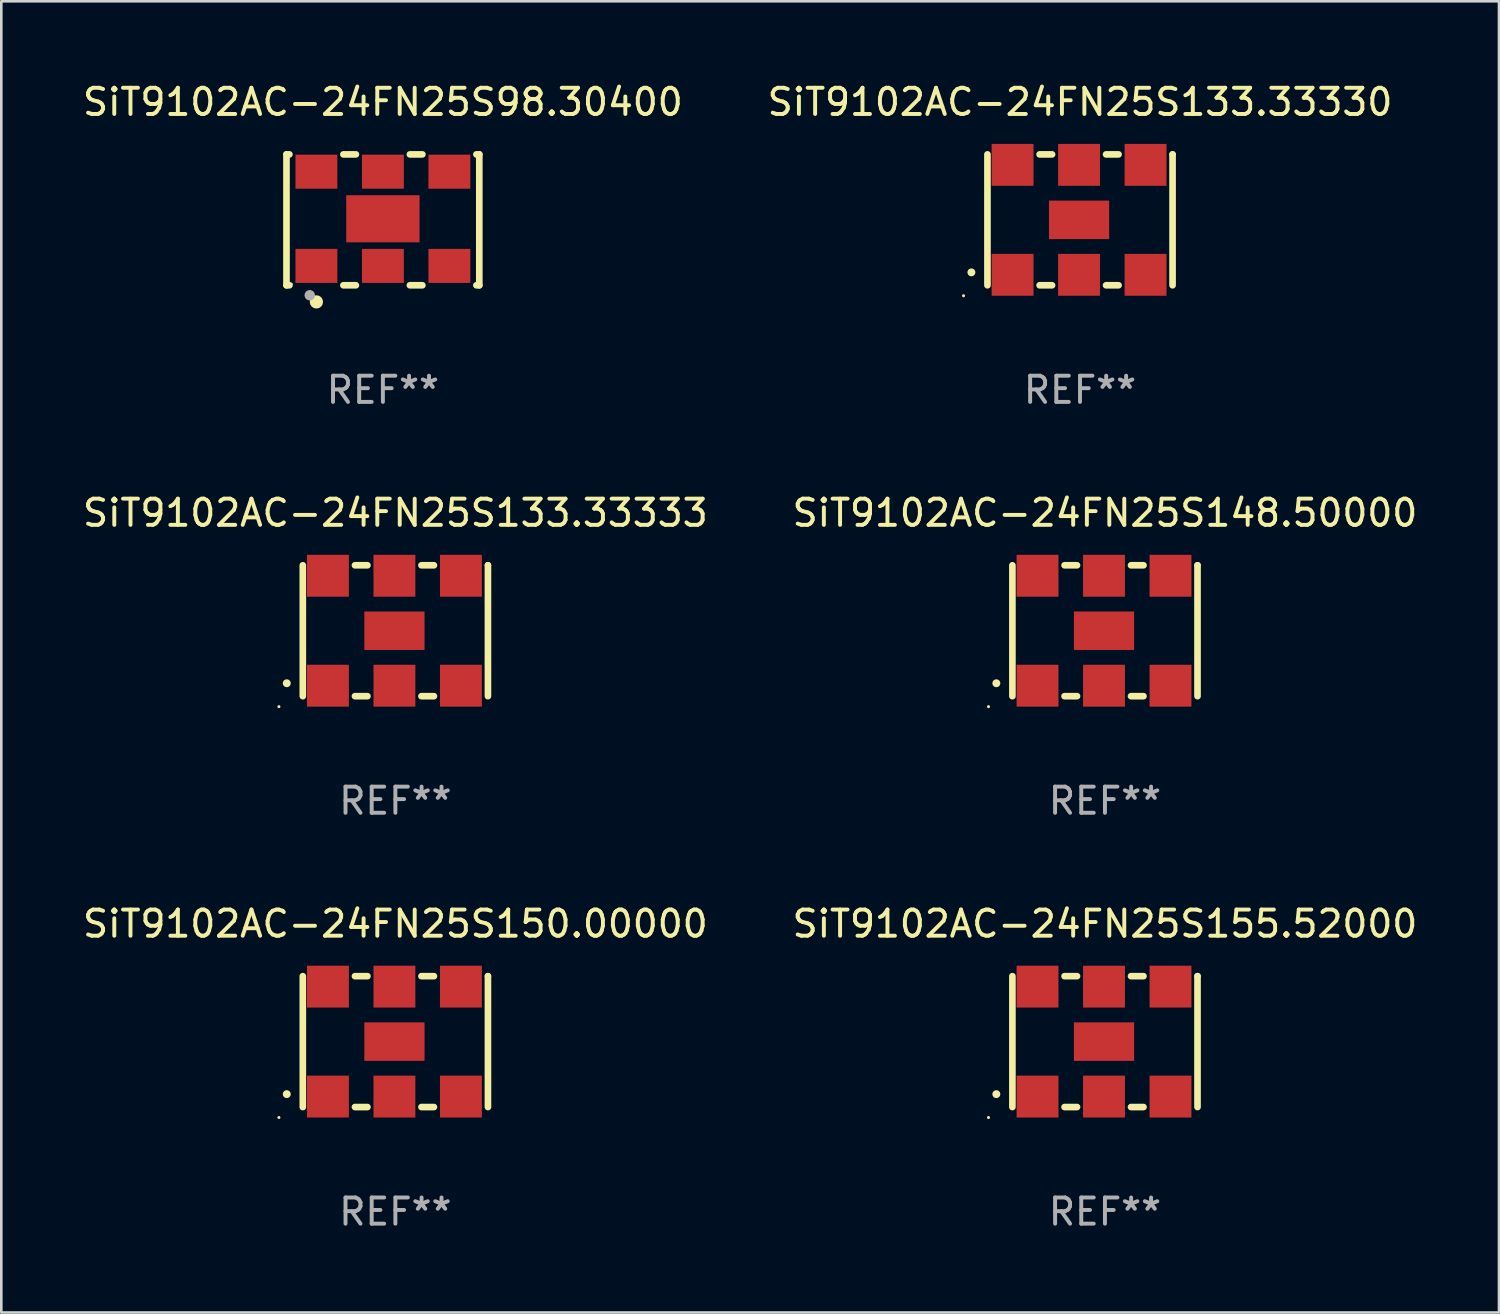
<source format=kicad_pcb>
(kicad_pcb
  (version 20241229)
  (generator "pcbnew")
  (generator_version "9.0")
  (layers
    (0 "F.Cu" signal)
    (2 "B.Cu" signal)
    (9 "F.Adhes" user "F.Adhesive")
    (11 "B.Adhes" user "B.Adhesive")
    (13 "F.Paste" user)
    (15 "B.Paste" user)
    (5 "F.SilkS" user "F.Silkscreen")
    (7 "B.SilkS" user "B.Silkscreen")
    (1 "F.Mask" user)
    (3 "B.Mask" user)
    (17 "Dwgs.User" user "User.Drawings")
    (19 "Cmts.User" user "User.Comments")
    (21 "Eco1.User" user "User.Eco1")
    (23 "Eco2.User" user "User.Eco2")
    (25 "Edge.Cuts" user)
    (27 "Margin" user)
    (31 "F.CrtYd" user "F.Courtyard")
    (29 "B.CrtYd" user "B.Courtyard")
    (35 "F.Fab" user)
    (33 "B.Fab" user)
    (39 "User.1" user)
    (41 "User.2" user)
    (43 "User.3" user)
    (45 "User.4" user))
  (footprint "SiT9102AC-24FN25S150.00000"
    (layer "F.Cu")
    (at 12.054 36.741)
    (property "Reference" "SiT9102AC-24FN25S150.00000" (at 0 -4.5 0) (layer "F.SilkS") (effects (font (size 1 1) (thickness 0.15))))
    (attr through_hole)
    (fp_line (start -3.536 -2.5) (end -3.536 2.5) (stroke (width 0.254) (type solid)) (layer "F.SilkS"))
    (fp_line (start -1.544 2.5) (end -1.067 2.5) (stroke (width 0.254) (type solid)) (layer "F.SilkS"))
    (fp_line (start -1.067 -2.5) (end -1.544 -2.5) (stroke (width 0.254) (type solid)) (layer "F.SilkS"))
    (fp_line (start 0.996 2.5) (end 1.473 2.5) (stroke (width 0.254) (type solid)) (layer "F.SilkS"))
    (fp_line (start 1.473 -2.5) (end 0.996 -2.5) (stroke (width 0.254) (type solid)) (layer "F.SilkS"))
    (fp_line (start 3.536 -2.5) (end 3.536 -2.5) (stroke (width 0.254) (type solid)) (layer "F.SilkS"))
    (fp_line (start 3.536 2.5) (end 3.536 -2.5) (stroke (width 0.254) (type solid)) (layer "F.SilkS"))
    (fp_arc (start -4.150432 2.006604) (mid -4.149162 2.006599) (end -4.147892 2.006604) (stroke (width 0.3) (type solid)) (layer "F.SilkS"))
    (fp_circle (center -4.449 2.9) (end -4.419 2.9) (stroke (width 0.06) (type solid)) (fill no) (layer "F.SilkS"))
    (fp_text user "REF**" (at 0 6.5 0) (layer "F.Fab") (effects (font (size 1 1) (thickness 0.15))))
    (pad "1" smd rect (at -2.576 2.1) (size 1.6 1.6) (layers "F.Cu" "F.Mask" "F.Paste"))
    (pad "2" smd rect (at -0.036 2.1) (size 1.6 1.6) (layers "F.Cu" "F.Mask" "F.Paste"))
    (pad "3" smd rect (at 2.504 2.1) (size 1.6 1.6) (layers "F.Cu" "F.Mask" "F.Paste"))
    (pad "4" smd rect (at 2.504 -2.1) (size 1.6 1.6) (layers "F.Cu" "F.Mask" "F.Paste"))
    (pad "5" smd rect (at -0.036 -2.1) (size 1.6 1.6) (layers "F.Cu" "F.Mask" "F.Paste"))
    (pad "6" smd rect (at -2.576 -2.1) (size 1.6 1.6) (layers "F.Cu" "F.Mask" "F.Paste"))
    (pad "7" smd rect (at -0.036 0) (size 2.3 1.47) (layers "F.Cu" "F.Mask" "F.Paste")))
  (footprint "SiT9102AC-24FN25S155.52000"
    (layer "F.Cu")
    (at 39.161 36.741)
    (property "Reference" "SiT9102AC-24FN25S155.52000" (at 0 -4.5 0) (layer "F.SilkS") (effects (font (size 1 1) (thickness 0.15))))
    (attr through_hole)
    (fp_line (start -3.536 -2.5) (end -3.536 2.5) (stroke (width 0.254) (type solid)) (layer "F.SilkS"))
    (fp_line (start -1.544 2.5) (end -1.067 2.5) (stroke (width 0.254) (type solid)) (layer "F.SilkS"))
    (fp_line (start -1.067 -2.5) (end -1.544 -2.5) (stroke (width 0.254) (type solid)) (layer "F.SilkS"))
    (fp_line (start 0.996 2.5) (end 1.473 2.5) (stroke (width 0.254) (type solid)) (layer "F.SilkS"))
    (fp_line (start 1.473 -2.5) (end 0.996 -2.5) (stroke (width 0.254) (type solid)) (layer "F.SilkS"))
    (fp_line (start 3.536 -2.5) (end 3.536 -2.5) (stroke (width 0.254) (type solid)) (layer "F.SilkS"))
    (fp_line (start 3.536 2.5) (end 3.536 -2.5) (stroke (width 0.254) (type solid)) (layer "F.SilkS"))
    (fp_arc (start -4.150432 2.006604) (mid -4.149162 2.006599) (end -4.147892 2.006604) (stroke (width 0.3) (type solid)) (layer "F.SilkS"))
    (fp_circle (center -4.449 2.9) (end -4.419 2.9) (stroke (width 0.06) (type solid)) (fill no) (layer "F.SilkS"))
    (fp_text user "REF**" (at 0 6.5 0) (layer "F.Fab") (effects (font (size 1 1) (thickness 0.15))))
    (pad "1" smd rect (at -2.576 2.1) (size 1.6 1.6) (layers "F.Cu" "F.Mask" "F.Paste"))
    (pad "2" smd rect (at -0.036 2.1) (size 1.6 1.6) (layers "F.Cu" "F.Mask" "F.Paste"))
    (pad "3" smd rect (at 2.504 2.1) (size 1.6 1.6) (layers "F.Cu" "F.Mask" "F.Paste"))
    (pad "4" smd rect (at 2.504 -2.1) (size 1.6 1.6) (layers "F.Cu" "F.Mask" "F.Paste"))
    (pad "5" smd rect (at -0.036 -2.1) (size 1.6 1.6) (layers "F.Cu" "F.Mask" "F.Paste"))
    (pad "6" smd rect (at -2.576 -2.1) (size 1.6 1.6) (layers "F.Cu" "F.Mask" "F.Paste"))
    (pad "7" smd rect (at -0.036 0) (size 2.3 1.47) (layers "F.Cu" "F.Mask" "F.Paste")))
  (footprint "SiT9102AC-24FN25S133.33333"
    (layer "F.Cu")
    (at 12.054 21.045)
    (property "Reference" "SiT9102AC-24FN25S133.33333" (at 0 -4.5 0) (layer "F.SilkS") (effects (font (size 1 1) (thickness 0.15))))
    (attr through_hole)
    (fp_line (start -3.536 -2.5) (end -3.536 2.5) (stroke (width 0.254) (type solid)) (layer "F.SilkS"))
    (fp_line (start -1.544 2.5) (end -1.067 2.5) (stroke (width 0.254) (type solid)) (layer "F.SilkS"))
    (fp_line (start -1.067 -2.5) (end -1.544 -2.5) (stroke (width 0.254) (type solid)) (layer "F.SilkS"))
    (fp_line (start 0.996 2.5) (end 1.473 2.5) (stroke (width 0.254) (type solid)) (layer "F.SilkS"))
    (fp_line (start 1.473 -2.5) (end 0.996 -2.5) (stroke (width 0.254) (type solid)) (layer "F.SilkS"))
    (fp_line (start 3.536 -2.5) (end 3.536 -2.5) (stroke (width 0.254) (type solid)) (layer "F.SilkS"))
    (fp_line (start 3.536 2.5) (end 3.536 -2.5) (stroke (width 0.254) (type solid)) (layer "F.SilkS"))
    (fp_arc (start -4.150432 2.006604) (mid -4.149162 2.006599) (end -4.147892 2.006604) (stroke (width 0.3) (type solid)) (layer "F.SilkS"))
    (fp_circle (center -4.449 2.9) (end -4.419 2.9) (stroke (width 0.06) (type solid)) (fill no) (layer "F.SilkS"))
    (fp_text user "REF**" (at 0 6.5 0) (layer "F.Fab") (effects (font (size 1 1) (thickness 0.15))))
    (pad "1" smd rect (at -2.576 2.1) (size 1.6 1.6) (layers "F.Cu" "F.Mask" "F.Paste"))
    (pad "2" smd rect (at -0.036 2.1) (size 1.6 1.6) (layers "F.Cu" "F.Mask" "F.Paste"))
    (pad "3" smd rect (at 2.504 2.1) (size 1.6 1.6) (layers "F.Cu" "F.Mask" "F.Paste"))
    (pad "4" smd rect (at 2.504 -2.1) (size 1.6 1.6) (layers "F.Cu" "F.Mask" "F.Paste"))
    (pad "5" smd rect (at -0.036 -2.1) (size 1.6 1.6) (layers "F.Cu" "F.Mask" "F.Paste"))
    (pad "6" smd rect (at -2.576 -2.1) (size 1.6 1.6) (layers "F.Cu" "F.Mask" "F.Paste"))
    (pad "7" smd rect (at -0.036 0) (size 2.3 1.47) (layers "F.Cu" "F.Mask" "F.Paste")))
  (footprint "SiT9102AC-24FN25S133.33330"
    (layer "F.Cu")
    (at 38.208 5.348)
    (property "Reference" "SiT9102AC-24FN25S133.33330" (at 0 -4.5 0) (layer "F.SilkS") (effects (font (size 1 1) (thickness 0.15))))
    (attr through_hole)
    (fp_line (start -3.536 -2.5) (end -3.536 2.5) (stroke (width 0.254) (type solid)) (layer "F.SilkS"))
    (fp_line (start -1.544 2.5) (end -1.067 2.5) (stroke (width 0.254) (type solid)) (layer "F.SilkS"))
    (fp_line (start -1.067 -2.5) (end -1.544 -2.5) (stroke (width 0.254) (type solid)) (layer "F.SilkS"))
    (fp_line (start 0.996 2.5) (end 1.473 2.5) (stroke (width 0.254) (type solid)) (layer "F.SilkS"))
    (fp_line (start 1.473 -2.5) (end 0.996 -2.5) (stroke (width 0.254) (type solid)) (layer "F.SilkS"))
    (fp_line (start 3.536 -2.5) (end 3.536 -2.5) (stroke (width 0.254) (type solid)) (layer "F.SilkS"))
    (fp_line (start 3.536 2.5) (end 3.536 -2.5) (stroke (width 0.254) (type solid)) (layer "F.SilkS"))
    (fp_arc (start -4.150432 2.006604) (mid -4.149162 2.006599) (end -4.147892 2.006604) (stroke (width 0.3) (type solid)) (layer "F.SilkS"))
    (fp_circle (center -4.449 2.9) (end -4.419 2.9) (stroke (width 0.06) (type solid)) (fill no) (layer "F.SilkS"))
    (fp_text user "REF**" (at 0 6.5 0) (layer "F.Fab") (effects (font (size 1 1) (thickness 0.15))))
    (pad "1" smd rect (at -2.576 2.1) (size 1.6 1.6) (layers "F.Cu" "F.Mask" "F.Paste"))
    (pad "2" smd rect (at -0.036 2.1) (size 1.6 1.6) (layers "F.Cu" "F.Mask" "F.Paste"))
    (pad "3" smd rect (at 2.504 2.1) (size 1.6 1.6) (layers "F.Cu" "F.Mask" "F.Paste"))
    (pad "4" smd rect (at 2.504 -2.1) (size 1.6 1.6) (layers "F.Cu" "F.Mask" "F.Paste"))
    (pad "5" smd rect (at -0.036 -2.1) (size 1.6 1.6) (layers "F.Cu" "F.Mask" "F.Paste"))
    (pad "6" smd rect (at -2.576 -2.1) (size 1.6 1.6) (layers "F.Cu" "F.Mask" "F.Paste"))
    (pad "7" smd rect (at -0.036 0) (size 2.3 1.47) (layers "F.Cu" "F.Mask" "F.Paste")))
  (footprint "SiT9102AC-24FN25S148.50000"
    (layer "F.Cu")
    (at 39.161 21.045)
    (property "Reference" "SiT9102AC-24FN25S148.50000" (at 0 -4.5 0) (layer "F.SilkS") (effects (font (size 1 1) (thickness 0.15))))
    (attr through_hole)
    (fp_line (start -3.536 -2.5) (end -3.536 2.5) (stroke (width 0.254) (type solid)) (layer "F.SilkS"))
    (fp_line (start -1.544 2.5) (end -1.067 2.5) (stroke (width 0.254) (type solid)) (layer "F.SilkS"))
    (fp_line (start -1.067 -2.5) (end -1.544 -2.5) (stroke (width 0.254) (type solid)) (layer "F.SilkS"))
    (fp_line (start 0.996 2.5) (end 1.473 2.5) (stroke (width 0.254) (type solid)) (layer "F.SilkS"))
    (fp_line (start 1.473 -2.5) (end 0.996 -2.5) (stroke (width 0.254) (type solid)) (layer "F.SilkS"))
    (fp_line (start 3.536 -2.5) (end 3.536 -2.5) (stroke (width 0.254) (type solid)) (layer "F.SilkS"))
    (fp_line (start 3.536 2.5) (end 3.536 -2.5) (stroke (width 0.254) (type solid)) (layer "F.SilkS"))
    (fp_arc (start -4.150432 2.006604) (mid -4.149162 2.006599) (end -4.147892 2.006604) (stroke (width 0.3) (type solid)) (layer "F.SilkS"))
    (fp_circle (center -4.449 2.9) (end -4.419 2.9) (stroke (width 0.06) (type solid)) (fill no) (layer "F.SilkS"))
    (fp_text user "REF**" (at 0 6.5 0) (layer "F.Fab") (effects (font (size 1 1) (thickness 0.15))))
    (pad "1" smd rect (at -2.576 2.1) (size 1.6 1.6) (layers "F.Cu" "F.Mask" "F.Paste"))
    (pad "2" smd rect (at -0.036 2.1) (size 1.6 1.6) (layers "F.Cu" "F.Mask" "F.Paste"))
    (pad "3" smd rect (at 2.504 2.1) (size 1.6 1.6) (layers "F.Cu" "F.Mask" "F.Paste"))
    (pad "4" smd rect (at 2.504 -2.1) (size 1.6 1.6) (layers "F.Cu" "F.Mask" "F.Paste"))
    (pad "5" smd rect (at -0.036 -2.1) (size 1.6 1.6) (layers "F.Cu" "F.Mask" "F.Paste"))
    (pad "6" smd rect (at -2.576 -2.1) (size 1.6 1.6) (layers "F.Cu" "F.Mask" "F.Paste"))
    (pad "7" smd rect (at -0.036 0) (size 2.3 1.47) (layers "F.Cu" "F.Mask" "F.Paste")))
  (footprint "SiT9102AC-24FN25S98.30400"
    (layer "F.Cu")
    (at 11.577 5.348)
    (property "Reference" "SiT9102AC-24FN25S98.30400" (at 0 -4.5 0) (layer "F.SilkS") (effects (font (size 1 1) (thickness 0.15))))
    (attr through_hole)
    (fp_line (start -3.683 -2.5) (end -3.571 -2.5) (stroke (width 0.254) (type solid)) (layer "F.SilkS"))
    (fp_line (start -3.683 2.5) (end -3.683 -2.5) (stroke (width 0.254) (type solid)) (layer "F.SilkS"))
    (fp_line (start -3.683 2.5) (end -3.571 2.5) (stroke (width 0.254) (type solid)) (layer "F.SilkS"))
    (fp_line (start -1.509 -2.5) (end -1.031 -2.5) (stroke (width 0.254) (type solid)) (layer "F.SilkS"))
    (fp_line (start -1.509 2.5) (end -1.031 2.5) (stroke (width 0.254) (type solid)) (layer "F.SilkS"))
    (fp_line (start 1.031 -2.5) (end 1.509 -2.5) (stroke (width 0.254) (type solid)) (layer "F.SilkS"))
    (fp_line (start 1.031 2.5) (end 1.509 2.5) (stroke (width 0.254) (type solid)) (layer "F.SilkS"))
    (fp_line (start 3.571 -2.5) (end 3.683 -2.5) (stroke (width 0.254) (type solid)) (layer "F.SilkS"))
    (fp_line (start 3.571 2.5) (end 3.683 2.5) (stroke (width 0.254) (type solid)) (layer "F.SilkS"))
    (fp_line (start 3.683 2.5) (end 3.683 -2.5) (stroke (width 0.254) (type solid)) (layer "F.SilkS"))
    (fp_circle (center -3.5 2.46) (end -3.47 2.46) (stroke (width 0.06) (type solid)) (fill no) (layer "F.SilkS"))
    (fp_circle (center -2.54 3.135) (end -2.413 3.135) (stroke (width 0.254) (type solid)) (fill no) (layer "F.SilkS"))
    (fp_circle (center -2.794 2.881) (end -2.694 2.881) (stroke (width 0.2) (type solid)) (fill no) (layer "F.Fab"))
    (fp_text user "REF**" (at 0 6.5 0) (layer "F.Fab") (effects (font (size 1 1) (thickness 0.15))))
    (pad "1" smd rect (at -2.54 1.76) (size 1.6 1.3) (layers "F.Cu" "F.Mask" "F.Paste"))
    (pad "2" smd rect (at 0 1.76) (size 1.6 1.3) (layers "F.Cu" "F.Mask" "F.Paste"))
    (pad "3" smd rect (at 2.54 1.76) (size 1.6 1.3) (layers "F.Cu" "F.Mask" "F.Paste"))
    (pad "4" smd rect (at 2.54 -1.84) (size 1.6 1.3) (layers "F.Cu" "F.Mask" "F.Paste"))
    (pad "5" smd rect (at 0 -1.84) (size 1.6 1.3) (layers "F.Cu" "F.Mask" "F.Paste"))
    (pad "6" smd rect (at -2.54 -1.84) (size 1.6 1.3) (layers "F.Cu" "F.Mask" "F.Paste"))
    (pad "7" smd rect (at 0 -0.04) (size 2.8 1.8) (layers "F.Cu" "F.Mask" "F.Paste")))
  (gr_rect
    (start -3 -3)
    (end 54.214 47.09)
    (stroke (width 0.1) (type default))
    (fill no)
    (layer "Edge.Cuts")))
</source>
